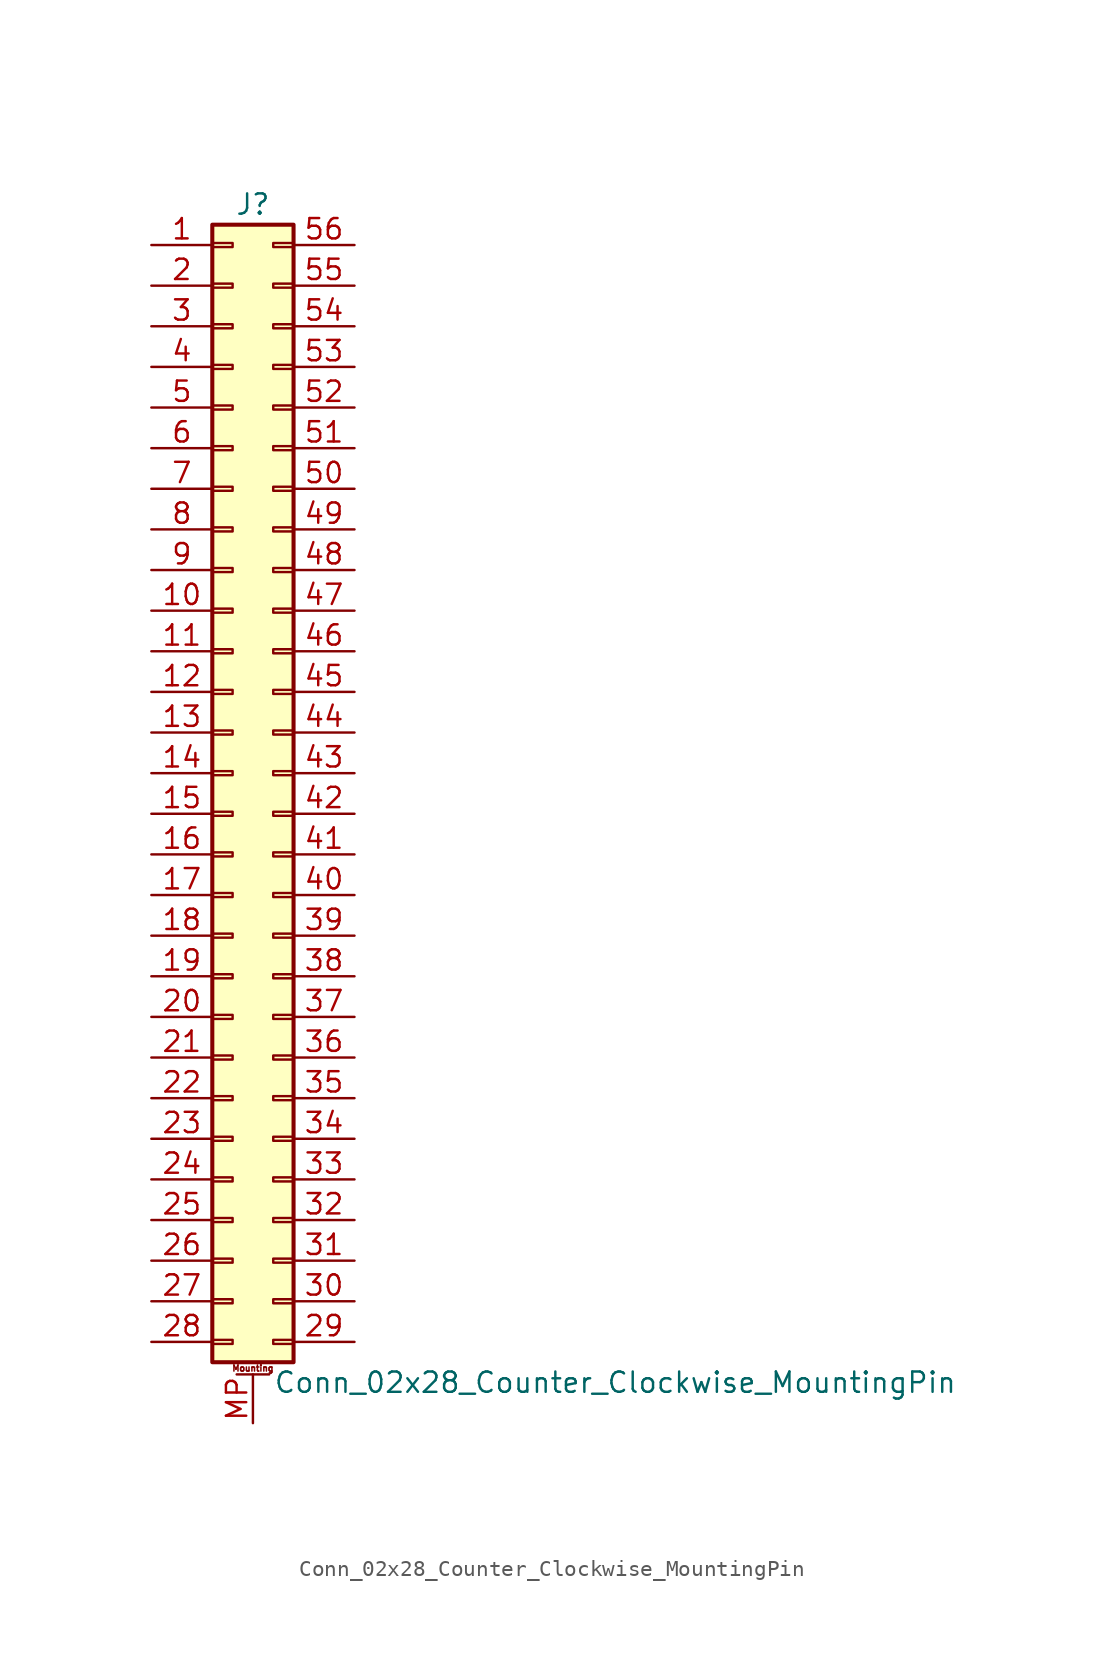
<source format=kicad_sym>
(kicad_symbol_lib
  (version 20201005)
  (generator kicad_symbol_editor)
  (symbol "Connector_Generic_MountingPin:Conn_02x28_Counter_Clockwise_MountingPin"
    (pin_names
      (offset 1.016) hide)
    (property "Reference" "J"
      (at 1.27 35.56 0)
      (effects (font (size 1.27 1.27))))
    (property "Value" "Conn_02x28_Counter_Clockwise_MountingPin"
      (at 2.54 -38.1 0)
      (effects (font (size 1.27 1.27)) (justify left)))
    (symbol "Conn_02x28_Counter_Clockwise_MountingPin_1_1"
      (text "Mounting" (at 1.27 -37.211 0) (effects (font (size 0.381 0.381))))
      (rectangle (start -1.27 -27.813) (end 0 -28.067) (stroke (width 0.152)) (fill (type none)))
      (rectangle (start -1.27 -30.353) (end 0 -30.607) (stroke (width 0.152)) (fill (type none)))
      (rectangle (start -1.27 -32.893) (end 0 -33.147) (stroke (width 0.152)) (fill (type none)))
      (rectangle (start -1.27 -35.433) (end 0 -35.687) (stroke (width 0.152)) (fill (type none)))
      (rectangle (start -1.27 -4.953) (end 0 -5.207) (stroke (width 0.152)) (fill (type none)))
      (rectangle (start -1.27 -7.493) (end 0 -7.747) (stroke (width 0.152)) (fill (type none)))
      (rectangle (start -1.27 -10.033) (end 0 -10.287) (stroke (width 0.152)) (fill (type none)))
      (rectangle (start -1.27 -12.573) (end 0 -12.827) (stroke (width 0.152)) (fill (type none)))
      (rectangle (start -1.27 -15.113) (end 0 -15.367) (stroke (width 0.152)) (fill (type none)))
      (rectangle (start -1.27 -17.653) (end 0 -17.907) (stroke (width 0.152)) (fill (type none)))
      (rectangle (start -1.27 -20.193) (end 0 -20.447) (stroke (width 0.152)) (fill (type none)))
      (rectangle (start -1.27 -22.733) (end 0 -22.987) (stroke (width 0.152)) (fill (type none)))
      (rectangle (start -1.27 -2.413) (end 0 -2.667) (stroke (width 0.152)) (fill (type none)))
      (rectangle (start -1.27 -25.273) (end 0 -25.527) (stroke (width 0.152)) (fill (type none)))
      (rectangle (start -1.27 25.527) (end 0 25.273) (stroke (width 0.152)) (fill (type none)))
      (rectangle (start -1.27 2.667) (end 0 2.413) (stroke (width 0.152)) (fill (type none)))
      (rectangle (start -1.27 28.067) (end 0 27.813) (stroke (width 0.152)) (fill (type none)))
      (rectangle (start -1.27 30.607) (end 0 30.353) (stroke (width 0.152)) (fill (type none)))
      (rectangle (start -1.27 33.147) (end 0 32.893) (stroke (width 0.152)) (fill (type none)))
      (rectangle (start -1.27 34.29) (end 3.81 -36.83) (stroke (width 0.254)) (fill (type background)))
      (rectangle (start -1.27 5.207) (end 0 4.953) (stroke (width 0.152)) (fill (type none)))
      (rectangle (start -1.27 7.747) (end 0 7.493) (stroke (width 0.152)) (fill (type none)))
      (rectangle (start -1.27 10.287) (end 0 10.033) (stroke (width 0.152)) (fill (type none)))
      (rectangle (start -1.27 0.127) (end 0 -0.127) (stroke (width 0.152)) (fill (type none)))
      (rectangle (start -1.27 12.827) (end 0 12.573) (stroke (width 0.152)) (fill (type none)))
      (rectangle (start -1.27 15.367) (end 0 15.113) (stroke (width 0.152)) (fill (type none)))
      (rectangle (start -1.27 17.907) (end 0 17.653) (stroke (width 0.152)) (fill (type none)))
      (rectangle (start -1.27 20.447) (end 0 20.193) (stroke (width 0.152)) (fill (type none)))
      (rectangle (start -1.27 22.987) (end 0 22.733) (stroke (width 0.152)) (fill (type none)))
      (rectangle (start 3.81 -27.813) (end 2.54 -28.067) (stroke (width 0.152)) (fill (type none)))
      (rectangle (start 3.81 -30.353) (end 2.54 -30.607) (stroke (width 0.152)) (fill (type none)))
      (rectangle (start 3.81 -32.893) (end 2.54 -33.147) (stroke (width 0.152)) (fill (type none)))
      (rectangle (start 3.81 -35.433) (end 2.54 -35.687) (stroke (width 0.152)) (fill (type none)))
      (rectangle (start 3.81 -4.953) (end 2.54 -5.207) (stroke (width 0.152)) (fill (type none)))
      (rectangle (start 3.81 -7.493) (end 2.54 -7.747) (stroke (width 0.152)) (fill (type none)))
      (rectangle (start 3.81 -10.033) (end 2.54 -10.287) (stroke (width 0.152)) (fill (type none)))
      (rectangle (start 3.81 -12.573) (end 2.54 -12.827) (stroke (width 0.152)) (fill (type none)))
      (rectangle (start 3.81 -15.113) (end 2.54 -15.367) (stroke (width 0.152)) (fill (type none)))
      (rectangle (start 3.81 -17.653) (end 2.54 -17.907) (stroke (width 0.152)) (fill (type none)))
      (rectangle (start 3.81 -20.193) (end 2.54 -20.447) (stroke (width 0.152)) (fill (type none)))
      (rectangle (start 3.81 -22.733) (end 2.54 -22.987) (stroke (width 0.152)) (fill (type none)))
      (rectangle (start 3.81 -2.413) (end 2.54 -2.667) (stroke (width 0.152)) (fill (type none)))
      (rectangle (start 3.81 -25.273) (end 2.54 -25.527) (stroke (width 0.152)) (fill (type none)))
      (rectangle (start 3.81 25.527) (end 2.54 25.273) (stroke (width 0.152)) (fill (type none)))
      (rectangle (start 3.81 2.667) (end 2.54 2.413) (stroke (width 0.152)) (fill (type none)))
      (rectangle (start 3.81 28.067) (end 2.54 27.813) (stroke (width 0.152)) (fill (type none)))
      (rectangle (start 3.81 30.607) (end 2.54 30.353) (stroke (width 0.152)) (fill (type none)))
      (rectangle (start 3.81 33.147) (end 2.54 32.893) (stroke (width 0.152)) (fill (type none)))
      (rectangle (start 3.81 5.207) (end 2.54 4.953) (stroke (width 0.152)) (fill (type none)))
      (rectangle (start 3.81 7.747) (end 2.54 7.493) (stroke (width 0.152)) (fill (type none)))
      (rectangle (start 3.81 10.287) (end 2.54 10.033) (stroke (width 0.152)) (fill (type none)))
      (rectangle (start 3.81 0.127) (end 2.54 -0.127) (stroke (width 0.152)) (fill (type none)))
      (rectangle (start 3.81 12.827) (end 2.54 12.573) (stroke (width 0.152)) (fill (type none)))
      (rectangle (start 3.81 15.367) (end 2.54 15.113) (stroke (width 0.152)) (fill (type none)))
      (rectangle (start 3.81 17.907) (end 2.54 17.653) (stroke (width 0.152)) (fill (type none)))
      (rectangle (start 3.81 20.447) (end 2.54 20.193) (stroke (width 0.152)) (fill (type none)))
      (rectangle (start 3.81 22.987) (end 2.54 22.733) (stroke (width 0.152)) (fill (type none)))
      (polyline (pts (xy 0.254 -37.592) (xy 2.286 -37.592)) (stroke (width 0.152)) (fill (type none)))
      (pin passive line (at 1.27 -40.64 90) (length 3.048) (name "MountPin" (effects (font (size 1.27 1.27)))) (number "MP" (effects (font (size 1.27 1.27)))))
      (pin passive line (at -5.08 33.02 0) (length 3.81) (name "Pin_1" (effects (font (size 1.27 1.27)))) (number "1" (effects (font (size 1.27 1.27)))))
      (pin passive line (at -5.08 10.16 0) (length 3.81) (name "Pin_10" (effects (font (size 1.27 1.27)))) (number "10" (effects (font (size 1.27 1.27)))))
      (pin passive line (at -5.08 7.62 0) (length 3.81) (name "Pin_11" (effects (font (size 1.27 1.27)))) (number "11" (effects (font (size 1.27 1.27)))))
      (pin passive line (at -5.08 5.08 0) (length 3.81) (name "Pin_12" (effects (font (size 1.27 1.27)))) (number "12" (effects (font (size 1.27 1.27)))))
      (pin passive line (at -5.08 2.54 0) (length 3.81) (name "Pin_13" (effects (font (size 1.27 1.27)))) (number "13" (effects (font (size 1.27 1.27)))))
      (pin passive line (at -5.08 0 0) (length 3.81) (name "Pin_14" (effects (font (size 1.27 1.27)))) (number "14" (effects (font (size 1.27 1.27)))))
      (pin passive line (at -5.08 -2.54 0) (length 3.81) (name "Pin_15" (effects (font (size 1.27 1.27)))) (number "15" (effects (font (size 1.27 1.27)))))
      (pin passive line (at -5.08 -5.08 0) (length 3.81) (name "Pin_16" (effects (font (size 1.27 1.27)))) (number "16" (effects (font (size 1.27 1.27)))))
      (pin passive line (at -5.08 -7.62 0) (length 3.81) (name "Pin_17" (effects (font (size 1.27 1.27)))) (number "17" (effects (font (size 1.27 1.27)))))
      (pin passive line (at -5.08 -10.16 0) (length 3.81) (name "Pin_18" (effects (font (size 1.27 1.27)))) (number "18" (effects (font (size 1.27 1.27)))))
      (pin passive line (at -5.08 -12.7 0) (length 3.81) (name "Pin_19" (effects (font (size 1.27 1.27)))) (number "19" (effects (font (size 1.27 1.27)))))
      (pin passive line (at -5.08 30.48 0) (length 3.81) (name "Pin_2" (effects (font (size 1.27 1.27)))) (number "2" (effects (font (size 1.27 1.27)))))
      (pin passive line (at -5.08 -15.24 0) (length 3.81) (name "Pin_20" (effects (font (size 1.27 1.27)))) (number "20" (effects (font (size 1.27 1.27)))))
      (pin passive line (at -5.08 -17.78 0) (length 3.81) (name "Pin_21" (effects (font (size 1.27 1.27)))) (number "21" (effects (font (size 1.27 1.27)))))
      (pin passive line (at -5.08 -20.32 0) (length 3.81) (name "Pin_22" (effects (font (size 1.27 1.27)))) (number "22" (effects (font (size 1.27 1.27)))))
      (pin passive line (at -5.08 -22.86 0) (length 3.81) (name "Pin_23" (effects (font (size 1.27 1.27)))) (number "23" (effects (font (size 1.27 1.27)))))
      (pin passive line (at -5.08 -25.4 0) (length 3.81) (name "Pin_24" (effects (font (size 1.27 1.27)))) (number "24" (effects (font (size 1.27 1.27)))))
      (pin passive line (at -5.08 -27.94 0) (length 3.81) (name "Pin_25" (effects (font (size 1.27 1.27)))) (number "25" (effects (font (size 1.27 1.27)))))
      (pin passive line (at -5.08 -30.48 0) (length 3.81) (name "Pin_26" (effects (font (size 1.27 1.27)))) (number "26" (effects (font (size 1.27 1.27)))))
      (pin passive line (at -5.08 -33.02 0) (length 3.81) (name "Pin_27" (effects (font (size 1.27 1.27)))) (number "27" (effects (font (size 1.27 1.27)))))
      (pin passive line (at -5.08 -35.56 0) (length 3.81) (name "Pin_28" (effects (font (size 1.27 1.27)))) (number "28" (effects (font (size 1.27 1.27)))))
      (pin passive line (at 7.62 -35.56 180) (length 3.81) (name "Pin_29" (effects (font (size 1.27 1.27)))) (number "29" (effects (font (size 1.27 1.27)))))
      (pin passive line (at -5.08 27.94 0) (length 3.81) (name "Pin_3" (effects (font (size 1.27 1.27)))) (number "3" (effects (font (size 1.27 1.27)))))
      (pin passive line (at 7.62 -33.02 180) (length 3.81) (name "Pin_30" (effects (font (size 1.27 1.27)))) (number "30" (effects (font (size 1.27 1.27)))))
      (pin passive line (at 7.62 -30.48 180) (length 3.81) (name "Pin_31" (effects (font (size 1.27 1.27)))) (number "31" (effects (font (size 1.27 1.27)))))
      (pin passive line (at 7.62 -27.94 180) (length 3.81) (name "Pin_32" (effects (font (size 1.27 1.27)))) (number "32" (effects (font (size 1.27 1.27)))))
      (pin passive line (at 7.62 -25.4 180) (length 3.81) (name "Pin_33" (effects (font (size 1.27 1.27)))) (number "33" (effects (font (size 1.27 1.27)))))
      (pin passive line (at 7.62 -22.86 180) (length 3.81) (name "Pin_34" (effects (font (size 1.27 1.27)))) (number "34" (effects (font (size 1.27 1.27)))))
      (pin passive line (at 7.62 -20.32 180) (length 3.81) (name "Pin_35" (effects (font (size 1.27 1.27)))) (number "35" (effects (font (size 1.27 1.27)))))
      (pin passive line (at 7.62 -17.78 180) (length 3.81) (name "Pin_36" (effects (font (size 1.27 1.27)))) (number "36" (effects (font (size 1.27 1.27)))))
      (pin passive line (at 7.62 -15.24 180) (length 3.81) (name "Pin_37" (effects (font (size 1.27 1.27)))) (number "37" (effects (font (size 1.27 1.27)))))
      (pin passive line (at 7.62 -12.7 180) (length 3.81) (name "Pin_38" (effects (font (size 1.27 1.27)))) (number "38" (effects (font (size 1.27 1.27)))))
      (pin passive line (at 7.62 -10.16 180) (length 3.81) (name "Pin_39" (effects (font (size 1.27 1.27)))) (number "39" (effects (font (size 1.27 1.27)))))
      (pin passive line (at -5.08 25.4 0) (length 3.81) (name "Pin_4" (effects (font (size 1.27 1.27)))) (number "4" (effects (font (size 1.27 1.27)))))
      (pin passive line (at 7.62 -7.62 180) (length 3.81) (name "Pin_40" (effects (font (size 1.27 1.27)))) (number "40" (effects (font (size 1.27 1.27)))))
      (pin passive line (at 7.62 -5.08 180) (length 3.81) (name "Pin_41" (effects (font (size 1.27 1.27)))) (number "41" (effects (font (size 1.27 1.27)))))
      (pin passive line (at 7.62 -2.54 180) (length 3.81) (name "Pin_42" (effects (font (size 1.27 1.27)))) (number "42" (effects (font (size 1.27 1.27)))))
      (pin passive line (at 7.62 0 180) (length 3.81) (name "Pin_43" (effects (font (size 1.27 1.27)))) (number "43" (effects (font (size 1.27 1.27)))))
      (pin passive line (at 7.62 2.54 180) (length 3.81) (name "Pin_44" (effects (font (size 1.27 1.27)))) (number "44" (effects (font (size 1.27 1.27)))))
      (pin passive line (at 7.62 5.08 180) (length 3.81) (name "Pin_45" (effects (font (size 1.27 1.27)))) (number "45" (effects (font (size 1.27 1.27)))))
      (pin passive line (at 7.62 7.62 180) (length 3.81) (name "Pin_46" (effects (font (size 1.27 1.27)))) (number "46" (effects (font (size 1.27 1.27)))))
      (pin passive line (at 7.62 10.16 180) (length 3.81) (name "Pin_47" (effects (font (size 1.27 1.27)))) (number "47" (effects (font (size 1.27 1.27)))))
      (pin passive line (at 7.62 12.7 180) (length 3.81) (name "Pin_48" (effects (font (size 1.27 1.27)))) (number "48" (effects (font (size 1.27 1.27)))))
      (pin passive line (at 7.62 15.24 180) (length 3.81) (name "Pin_49" (effects (font (size 1.27 1.27)))) (number "49" (effects (font (size 1.27 1.27)))))
      (pin passive line (at -5.08 22.86 0) (length 3.81) (name "Pin_5" (effects (font (size 1.27 1.27)))) (number "5" (effects (font (size 1.27 1.27)))))
      (pin passive line (at 7.62 17.78 180) (length 3.81) (name "Pin_50" (effects (font (size 1.27 1.27)))) (number "50" (effects (font (size 1.27 1.27)))))
      (pin passive line (at 7.62 20.32 180) (length 3.81) (name "Pin_51" (effects (font (size 1.27 1.27)))) (number "51" (effects (font (size 1.27 1.27)))))
      (pin passive line (at 7.62 22.86 180) (length 3.81) (name "Pin_52" (effects (font (size 1.27 1.27)))) (number "52" (effects (font (size 1.27 1.27)))))
      (pin passive line (at 7.62 25.4 180) (length 3.81) (name "Pin_53" (effects (font (size 1.27 1.27)))) (number "53" (effects (font (size 1.27 1.27)))))
      (pin passive line (at 7.62 27.94 180) (length 3.81) (name "Pin_54" (effects (font (size 1.27 1.27)))) (number "54" (effects (font (size 1.27 1.27)))))
      (pin passive line (at 7.62 30.48 180) (length 3.81) (name "Pin_55" (effects (font (size 1.27 1.27)))) (number "55" (effects (font (size 1.27 1.27)))))
      (pin passive line (at 7.62 33.02 180) (length 3.81) (name "Pin_56" (effects (font (size 1.27 1.27)))) (number "56" (effects (font (size 1.27 1.27)))))
      (pin passive line (at -5.08 20.32 0) (length 3.81) (name "Pin_6" (effects (font (size 1.27 1.27)))) (number "6" (effects (font (size 1.27 1.27)))))
      (pin passive line (at -5.08 17.78 0) (length 3.81) (name "Pin_7" (effects (font (size 1.27 1.27)))) (number "7" (effects (font (size 1.27 1.27)))))
      (pin passive line (at -5.08 15.24 0) (length 3.81) (name "Pin_8" (effects (font (size 1.27 1.27)))) (number "8" (effects (font (size 1.27 1.27)))))
      (pin passive line (at -5.08 12.7 0) (length 3.81) (name "Pin_9" (effects (font (size 1.27 1.27)))) (number "9" (effects (font (size 1.27 1.27))))))))
</source>
